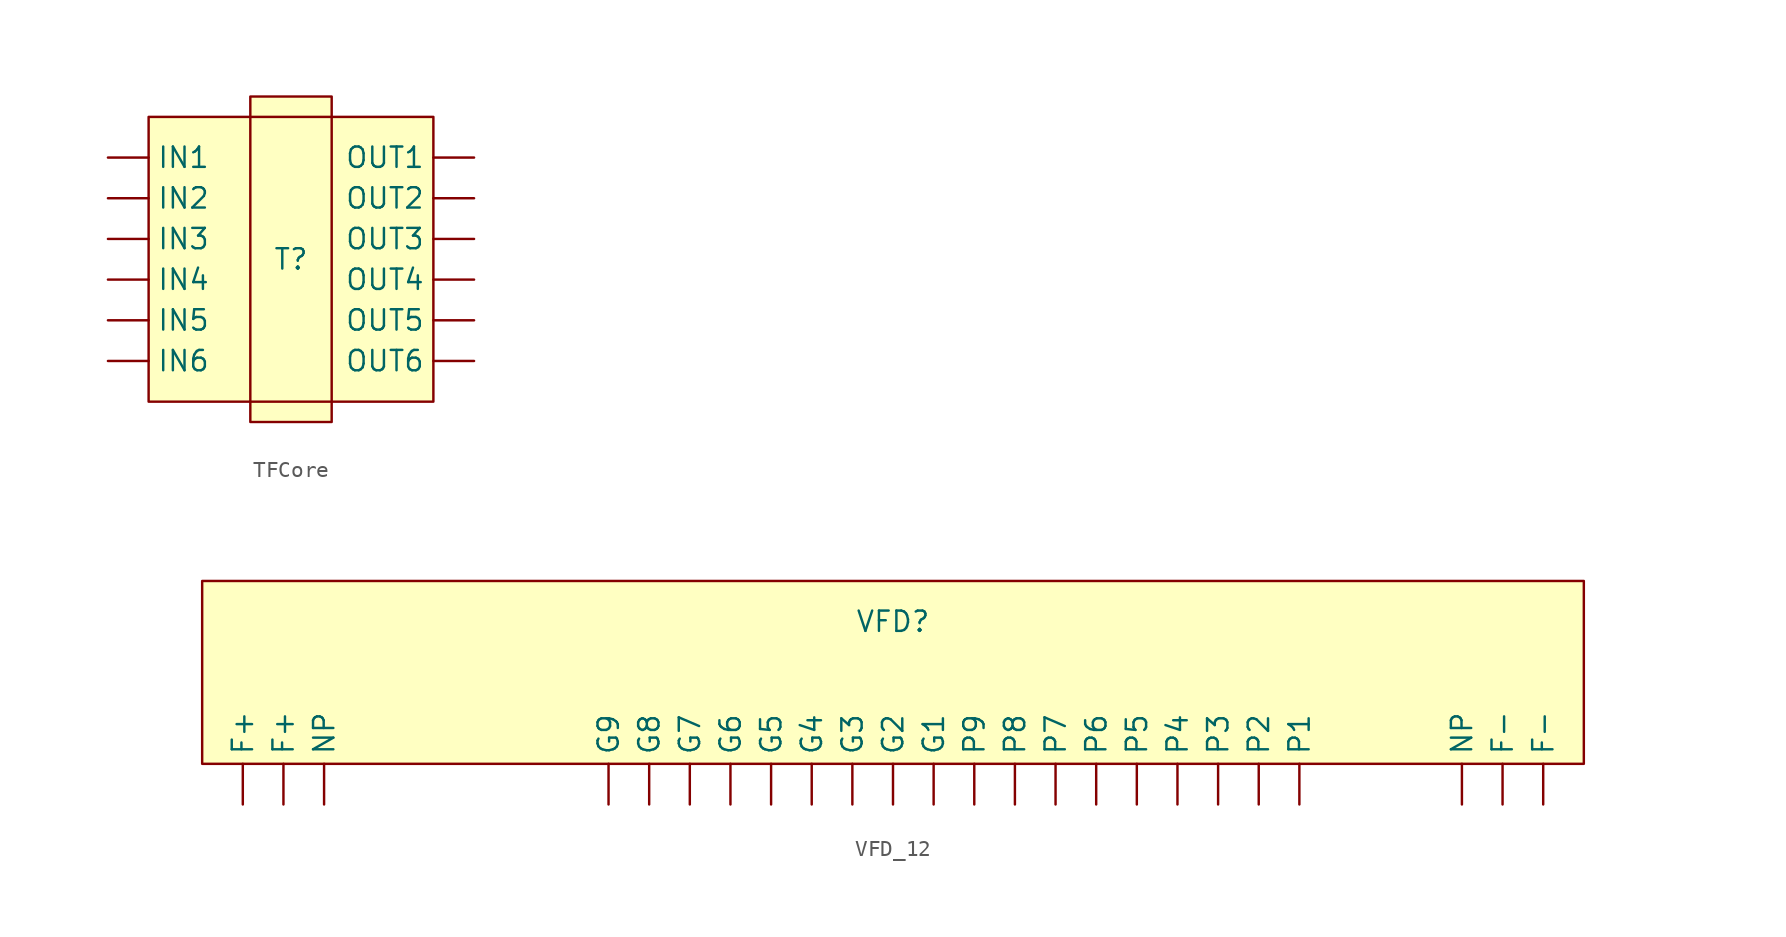
<source format=kicad_sym>
(kicad_symbol_lib
  (version 20231120)
  (generator "kicad_symbol_editor")
  (generator_version "8.0")
  (symbol "TFCore"
    (property "Reference" "T"
      (at 0 0 0)
      (effects (font (size 1.27 1.27))))
    (property "Value" ""
      (at 0 0 0)
      (effects (font (size 1.27 1.27))))
    (symbol "TFCore_1_1"
      (rectangle (start -8.89 8.89) (end 8.89 -8.89) (stroke (width 0) (type default)) (fill (type background)))
      (rectangle (start -2.54 10.16) (end 2.54 -10.16) (stroke (width 0) (type default)) (fill (type background)))
      (pin passive line (at -11.43 6.35 0) (length 2.54) (name "IN1" (effects (font (size 1.27 1.27)))) (number "" (effects (font (size 1.27 1.27)))))
      (pin passive line (at -11.43 3.81 0) (length 2.54) (name "IN2" (effects (font (size 1.27 1.27)))) (number "" (effects (font (size 1.27 1.27)))))
      (pin passive line (at -11.43 1.27 0) (length 2.54) (name "IN3" (effects (font (size 1.27 1.27)))) (number "" (effects (font (size 1.27 1.27)))))
      (pin passive line (at -11.43 -1.27 0) (length 2.54) (name "IN4" (effects (font (size 1.27 1.27)))) (number "" (effects (font (size 1.27 1.27)))))
      (pin passive line (at -11.43 -3.81 0) (length 2.54) (name "IN5" (effects (font (size 1.27 1.27)))) (number "" (effects (font (size 1.27 1.27)))))
      (pin passive line (at -11.43 -6.35 0) (length 2.54) (name "IN6" (effects (font (size 1.27 1.27)))) (number "" (effects (font (size 1.27 1.27)))))
      (pin passive line (at 11.43 6.35 180) (length 2.54) (name "OUT1" (effects (font (size 1.27 1.27)))) (number "" (effects (font (size 1.27 1.27)))))
      (pin passive line (at 11.43 3.81 180) (length 2.54) (name "OUT2" (effects (font (size 1.27 1.27)))) (number "" (effects (font (size 1.27 1.27)))))
      (pin passive line (at 11.43 1.27 180) (length 2.54) (name "OUT3" (effects (font (size 1.27 1.27)))) (number "" (effects (font (size 1.27 1.27)))))
      (pin passive line (at 11.43 -1.27 180) (length 2.54) (name "OUT4" (effects (font (size 1.27 1.27)))) (number "" (effects (font (size 1.27 1.27)))))
      (pin passive line (at 11.43 -3.81 180) (length 2.54) (name "OUT5" (effects (font (size 1.27 1.27)))) (number "" (effects (font (size 1.27 1.27)))))
      (pin passive line (at 11.43 -6.35 180) (length 2.54) (name "OUT6" (effects (font (size 1.27 1.27)))) (number "" (effects (font (size 1.27 1.27)))))))
  (symbol "VFD_12"
    (property "Reference" "VFD"
      (at 0 2.54 0)
      (effects (font (size 1.27 1.27))))
    (property "Value" ""
      (at 0 0 0)
      (effects (font (size 1.27 1.27))))
    (symbol "VFD_12_1_1"
      (rectangle (start -43.18 5.08) (end 43.18 -6.35) (stroke (width 0) (type default)) (fill (type background)))
      (pin passive line (at -40.64 -8.89 90) (length 2.54) (name "F+" (effects (font (size 1.27 1.27)))) (number "" (effects (font (size 1.27 1.27)))))
      (pin passive line (at -38.1 -8.89 90) (length 2.54) (name "F+" (effects (font (size 1.27 1.27)))) (number "" (effects (font (size 1.27 1.27)))))
      (pin passive line (at 38.1 -8.89 90) (length 2.54) (name "F-" (effects (font (size 1.27 1.27)))) (number "" (effects (font (size 1.27 1.27)))))
      (pin passive line (at 40.64 -8.89 90) (length 2.54) (name "F-" (effects (font (size 1.27 1.27)))) (number "" (effects (font (size 1.27 1.27)))))
      (pin passive line (at 2.54 -8.89 90) (length 2.54) (name "G1" (effects (font (size 1.27 1.27)))) (number "" (effects (font (size 1.27 1.27)))))
      (pin passive line (at 0 -8.89 90) (length 2.54) (name "G2" (effects (font (size 1.27 1.27)))) (number "" (effects (font (size 1.27 1.27)))))
      (pin passive line (at -2.54 -8.89 90) (length 2.54) (name "G3" (effects (font (size 1.27 1.27)))) (number "" (effects (font (size 1.27 1.27)))))
      (pin passive line (at -5.08 -8.89 90) (length 2.54) (name "G4" (effects (font (size 1.27 1.27)))) (number "" (effects (font (size 1.27 1.27)))))
      (pin passive line (at -7.62 -8.89 90) (length 2.54) (name "G5" (effects (font (size 1.27 1.27)))) (number "" (effects (font (size 1.27 1.27)))))
      (pin passive line (at -10.16 -8.89 90) (length 2.54) (name "G6" (effects (font (size 1.27 1.27)))) (number "" (effects (font (size 1.27 1.27)))))
      (pin passive line (at -12.7 -8.89 90) (length 2.54) (name "G7" (effects (font (size 1.27 1.27)))) (number "" (effects (font (size 1.27 1.27)))))
      (pin passive line (at -15.24 -8.89 90) (length 2.54) (name "G8" (effects (font (size 1.27 1.27)))) (number "" (effects (font (size 1.27 1.27)))))
      (pin passive line (at -17.78 -8.89 90) (length 2.54) (name "G9" (effects (font (size 1.27 1.27)))) (number "" (effects (font (size 1.27 1.27)))))
      (pin passive line (at -35.56 -8.89 90) (length 2.54) (name "NP" (effects (font (size 1.27 1.27)))) (number "" (effects (font (size 1.27 1.27)))))
      (pin passive line (at 35.56 -8.89 90) (length 2.54) (name "NP" (effects (font (size 1.27 1.27)))) (number "" (effects (font (size 1.27 1.27)))))
      (pin passive line (at 25.4 -8.89 90) (length 2.54) (name "P1" (effects (font (size 1.27 1.27)))) (number "" (effects (font (size 1.27 1.27)))))
      (pin passive line (at 22.86 -8.89 90) (length 2.54) (name "P2" (effects (font (size 1.27 1.27)))) (number "" (effects (font (size 1.27 1.27)))))
      (pin passive line (at 20.32 -8.89 90) (length 2.54) (name "P3" (effects (font (size 1.27 1.27)))) (number "" (effects (font (size 1.27 1.27)))))
      (pin passive line (at 17.78 -8.89 90) (length 2.54) (name "P4" (effects (font (size 1.27 1.27)))) (number "" (effects (font (size 1.27 1.27)))))
      (pin passive line (at 15.24 -8.89 90) (length 2.54) (name "P5" (effects (font (size 1.27 1.27)))) (number "" (effects (font (size 1.27 1.27)))))
      (pin passive line (at 12.7 -8.89 90) (length 2.54) (name "P6" (effects (font (size 1.27 1.27)))) (number "" (effects (font (size 1.27 1.27)))))
      (pin passive line (at 10.16 -8.89 90) (length 2.54) (name "P7" (effects (font (size 1.27 1.27)))) (number "" (effects (font (size 1.27 1.27)))))
      (pin passive line (at 7.62 -8.89 90) (length 2.54) (name "P8" (effects (font (size 1.27 1.27)))) (number "" (effects (font (size 1.27 1.27)))))
      (pin passive line (at 5.08 -8.89 90) (length 2.54) (name "P9" (effects (font (size 1.27 1.27)))) (number "" (effects (font (size 1.27 1.27))))))))
</source>
